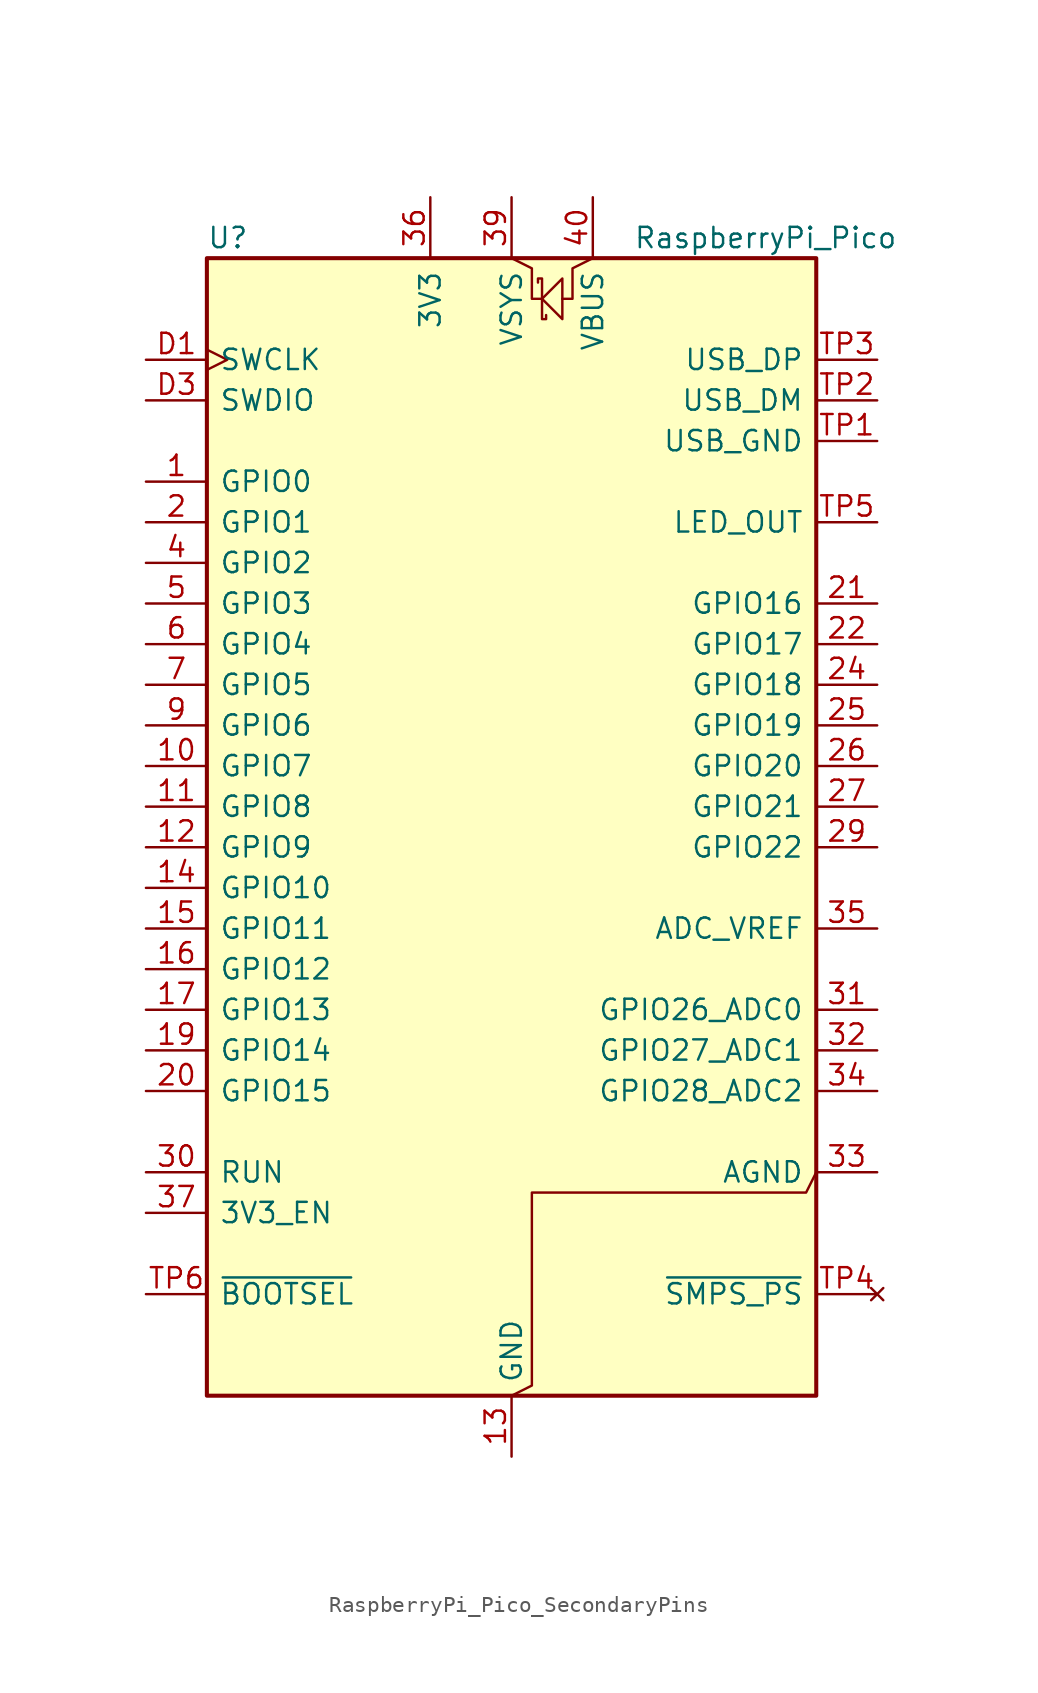
<source format=kicad_sym>
(kicad_symbol_lib
  (version 20220914)
  (generator kicad_symbol_editor)
  (symbol "RaspberryPi_Pico_SecondaryPins"
    (pin_names
      (offset 0.762))
    (property "Reference" "U"
      (at -19.05 38.1 0)
      (effects (font (size 1.27 1.27)) (justify left)))
    (property "Value" "RaspberryPi_Pico"
      (at 7.62 38.1 0)
      (effects (font (size 1.27 1.27)) (justify left)))
    (symbol "RaspberryPi_Pico_SecondaryPins_0_1"
      (rectangle (start -19.05 36.83) (end 19.05 -34.29) (stroke (width 0.254) (type default)) (fill (type background)))
      (polyline (pts (xy 0 36.83) (xy 1.27 36.195) (xy 1.27 34.29) (xy 1.905 34.29)) (stroke (width 0) (type default)) (fill (type none)))
      (polyline (pts (xy 1.905 34.29) (xy 3.175 35.56) (xy 3.175 33.02) (xy 1.905 34.29)) (stroke (width 0) (type default)) (fill (type none)))
      (polyline (pts (xy 5.08 36.83) (xy 3.81 36.195) (xy 3.81 34.29) (xy 3.175 34.29)) (stroke (width 0) (type default)) (fill (type none)))
      (polyline (pts (xy 0 -34.29) (xy 1.27 -33.655) (xy 1.27 -21.59) (xy 18.415 -21.59) (xy 19.05 -20.32)) (stroke (width 0) (type default)) (fill (type none)))
      (polyline (pts (xy 1.651 35.306) (xy 1.651 35.56) (xy 1.905 35.56) (xy 1.905 33.02) (xy 2.159 33.02) (xy 2.159 33.274)) (stroke (width 0) (type default)) (fill (type none))))
    (symbol "RaspberryPi_Pico_SecondaryPins_1_1"
      (pin bidirectional line (at -22.86 22.86 0) (length 3.81) (name "GPIO0" (effects (font (size 1.27 1.27)))) (number "1" (effects (font (size 1.27 1.27)))) (alternate "I2C0_SDA" bidirectional line) (alternate "PWM0_A" output line) (alternate "SPI0_RX" input line) (alternate "UART0_TX" output line) (alternate "USB_OVCUR_DET" input line))
      (pin bidirectional line (at -22.86 5.08 0) (length 3.81) (name "GPIO7" (effects (font (size 1.27 1.27)))) (number "10" (effects (font (size 1.27 1.27)))) (alternate "I2C1_SCL" bidirectional clock) (alternate "PWM3_B" bidirectional line) (alternate "SPI0_TX" output line) (alternate "UART1_RTS" output line) (alternate "USB_VBUS_DET" input line))
      (pin bidirectional line (at -22.86 2.54 0) (length 3.81) (name "GPIO8" (effects (font (size 1.27 1.27)))) (number "11" (effects (font (size 1.27 1.27)))) (alternate "I2C0_SDA" bidirectional line) (alternate "PWM4_A" output line) (alternate "SPI1_RX" input line) (alternate "UART1_TX" output line) (alternate "USB_VBUS_EN" output line))
      (pin bidirectional line (at -22.86 0 0) (length 3.81) (name "GPIO9" (effects (font (size 1.27 1.27)))) (number "12" (effects (font (size 1.27 1.27)))) (alternate "I2C0_SCL" bidirectional clock) (alternate "PWM4_B" bidirectional line) (alternate "UART1_RX" input line) (alternate "USB_OVCUR_DET" input line) (alternate "~{SPI1_CSn}" bidirectional line))
      (pin power_out line (at 0 -38.1 90) (length 3.81) (name "GND" (effects (font (size 1.27 1.27)))) (number "13" (effects (font (size 1.27 1.27)))) (alternate "GND_IN" power_in line))
      (pin bidirectional line (at -22.86 -2.54 0) (length 3.81) (name "GPIO10" (effects (font (size 1.27 1.27)))) (number "14" (effects (font (size 1.27 1.27)))) (alternate "I2C1_SDA" bidirectional line) (alternate "PWM5_A" output line) (alternate "SPI1_SCK" bidirectional clock) (alternate "UART1_CTS" input line) (alternate "USB_VBUS_DET" input line))
      (pin bidirectional line (at -22.86 -5.08 0) (length 3.81) (name "GPIO11" (effects (font (size 1.27 1.27)))) (number "15" (effects (font (size 1.27 1.27)))) (alternate "I2C1_SCL" bidirectional clock) (alternate "PWM5_B" bidirectional line) (alternate "SPI1_TX" output line) (alternate "UART1_RTS" output line) (alternate "USB_VBUS_EN" output line))
      (pin bidirectional line (at -22.86 -7.62 0) (length 3.81) (name "GPIO12" (effects (font (size 1.27 1.27)))) (number "16" (effects (font (size 1.27 1.27)))) (alternate "I2C0_SDA" bidirectional line) (alternate "PWM6_A" output line) (alternate "SPI1_RX" input line) (alternate "UART0_TX" output line) (alternate "USB_OVCUR_DET" input line))
      (pin bidirectional line (at -22.86 -10.16 0) (length 3.81) (name "GPIO13" (effects (font (size 1.27 1.27)))) (number "17" (effects (font (size 1.27 1.27)))) (alternate "I2C0_SCL" bidirectional clock) (alternate "PWM6_B" bidirectional line) (alternate "UART0_RX" input line) (alternate "USB_VBUS_DET" input line) (alternate "~{SPI1_CSn}" bidirectional line))
      (pin passive line (at 0 -38.1 90) (length 3.81) hide (name "GND" (effects (font (size 1.27 1.27)))) (number "18" (effects (font (size 1.27 1.27)))))
      (pin bidirectional line (at -22.86 -12.7 0) (length 3.81) (name "GPIO14" (effects (font (size 1.27 1.27)))) (number "19" (effects (font (size 1.27 1.27)))) (alternate "I2C1_SDA" bidirectional line) (alternate "PWM7_A" output line) (alternate "SPI1_SCK" bidirectional clock) (alternate "UART0_CTS" input line) (alternate "USB_VBUS_EN" output line))
      (pin bidirectional line (at -22.86 20.32 0) (length 3.81) (name "GPIO1" (effects (font (size 1.27 1.27)))) (number "2" (effects (font (size 1.27 1.27)))) (alternate "I2C0_SCL" bidirectional clock) (alternate "PWM0_B" bidirectional line) (alternate "UART0_RX" input line) (alternate "USB_VBUS_DET" passive line) (alternate "~{SPI0_CSn}" bidirectional line))
      (pin bidirectional line (at -22.86 -15.24 0) (length 3.81) (name "GPIO15" (effects (font (size 1.27 1.27)))) (number "20" (effects (font (size 1.27 1.27)))) (alternate "I2C1_SCL" bidirectional clock) (alternate "PWM7_B" bidirectional line) (alternate "SPI1_TX" output line) (alternate "UART0_RTS" output line) (alternate "USB_OVCUR_DET" input line))
      (pin bidirectional line (at 22.86 15.24 180) (length 3.81) (name "GPIO16" (effects (font (size 1.27 1.27)))) (number "21" (effects (font (size 1.27 1.27)))) (alternate "I2C0_SDA" bidirectional line) (alternate "PWM0_A" output line) (alternate "SPI0_RX" input line) (alternate "UART0_TX" output line) (alternate "USB_VBUS_DET" input line))
      (pin bidirectional line (at 22.86 12.7 180) (length 3.81) (name "GPIO17" (effects (font (size 1.27 1.27)))) (number "22" (effects (font (size 1.27 1.27)))) (alternate "I2C0_SCL" bidirectional clock) (alternate "PWM0_B" bidirectional line) (alternate "UART0_RX" input line) (alternate "USB_VBUS_EN" output line) (alternate "~{SPI0_CSn}" bidirectional line))
      (pin passive line (at 0 -38.1 90) (length 3.81) hide (name "GND" (effects (font (size 1.27 1.27)))) (number "23" (effects (font (size 1.27 1.27)))))
      (pin bidirectional line (at 22.86 10.16 180) (length 3.81) (name "GPIO18" (effects (font (size 1.27 1.27)))) (number "24" (effects (font (size 1.27 1.27)))) (alternate "I2C1_SDA" bidirectional line) (alternate "PWM1_A" output line) (alternate "SPI0_SCK" bidirectional clock) (alternate "UART0_CTS" input line) (alternate "USB_OVCUR_DET" input line))
      (pin bidirectional line (at 22.86 7.62 180) (length 3.81) (name "GPIO19" (effects (font (size 1.27 1.27)))) (number "25" (effects (font (size 1.27 1.27)))) (alternate "I2C1_SCL" bidirectional clock) (alternate "PWM1_B" bidirectional line) (alternate "SPI0_TX" output line) (alternate "UART0_RTS" output line) (alternate "USB_VBUS_DET" input line))
      (pin bidirectional line (at 22.86 5.08 180) (length 3.81) (name "GPIO20" (effects (font (size 1.27 1.27)))) (number "26" (effects (font (size 1.27 1.27)))) (alternate "CLOCK_GPIN0" input clock) (alternate "I2C0_SDA" bidirectional line) (alternate "PWM2_A" output line) (alternate "SPI0_RX" input line) (alternate "UART1_TX" output line) (alternate "USB_VBUS_EN" output line))
      (pin bidirectional line (at 22.86 2.54 180) (length 3.81) (name "GPIO21" (effects (font (size 1.27 1.27)))) (number "27" (effects (font (size 1.27 1.27)))) (alternate "CLOCK_GPOUT0" output clock) (alternate "I2C0_SCL" bidirectional clock) (alternate "PWM2_B" bidirectional line) (alternate "UART1_RX" input line) (alternate "USB_OVCUR_DET" input line) (alternate "~{SPI0_CSn}" bidirectional line))
      (pin passive line (at 0 -38.1 90) (length 3.81) hide (name "GND" (effects (font (size 1.27 1.27)))) (number "28" (effects (font (size 1.27 1.27)))))
      (pin bidirectional line (at 22.86 0 180) (length 3.81) (name "GPIO22" (effects (font (size 1.27 1.27)))) (number "29" (effects (font (size 1.27 1.27)))) (alternate "CLOCK_GPIN1" input clock) (alternate "I2C1_SDA" bidirectional line) (alternate "PWM3_A" output line) (alternate "SPI0_SCK" bidirectional clock) (alternate "UART1_CTS" input line) (alternate "USB_VBUS_DET" input line))
      (pin passive line (at 0 -38.1 90) (length 3.81) hide (name "GND" (effects (font (size 1.27 1.27)))) (number "3" (effects (font (size 1.27 1.27)))))
      (pin input line (at -22.86 -20.32 0) (length 3.81) (name "RUN" (effects (font (size 1.27 1.27)))) (number "30" (effects (font (size 1.27 1.27)))) (alternate "~{RESET}" input line))
      (pin bidirectional line (at 22.86 -10.16 180) (length 3.81) (name "GPIO26_ADC0" (effects (font (size 1.27 1.27)))) (number "31" (effects (font (size 1.27 1.27)))) (alternate "ADC0" input line) (alternate "GPIO26" bidirectional line) (alternate "I2C1_SDA" bidirectional line) (alternate "PWM5_A" output line) (alternate "SPI1_SCK" bidirectional clock) (alternate "UART1_CTS" input line) (alternate "USB_VBUS_EN" output line))
      (pin bidirectional line (at 22.86 -12.7 180) (length 3.81) (name "GPIO27_ADC1" (effects (font (size 1.27 1.27)))) (number "32" (effects (font (size 1.27 1.27)))) (alternate "ADC1" input line) (alternate "GPIO27" bidirectional line) (alternate "I2C1_SCL" bidirectional clock) (alternate "PWM5_B" bidirectional line) (alternate "SPI1_TX" output line) (alternate "UART1_RTS" output line) (alternate "USB_OVCUR_DET" input line))
      (pin power_out line (at 22.86 -20.32 180) (length 3.81) (name "AGND" (effects (font (size 1.27 1.27)))) (number "33" (effects (font (size 1.27 1.27)))) (alternate "AGND_IN" power_in line) (alternate "GND" power_out line) (alternate "GND_IN" power_in line))
      (pin bidirectional line (at 22.86 -15.24 180) (length 3.81) (name "GPIO28_ADC2" (effects (font (size 1.27 1.27)))) (number "34" (effects (font (size 1.27 1.27)))) (alternate "ADC2" input line) (alternate "GPIO28" bidirectional line) (alternate "I2C0_SDA" bidirectional line) (alternate "PWM6_A" output line) (alternate "SPI1_RX" input line) (alternate "UART0_TX" output line) (alternate "USB_VBUS_DET" input line))
      (pin input line (at 22.86 -5.08 180) (length 3.81) (name "ADC_VREF" (effects (font (size 1.27 1.27)))) (number "35" (effects (font (size 1.27 1.27)))) (alternate "ADC_VREF_POW" power_in line))
      (pin power_out line (at -5.08 40.64 270) (length 3.81) (name "3V3" (effects (font (size 1.27 1.27)))) (number "36" (effects (font (size 1.27 1.27)))))
      (pin input line (at -22.86 -22.86 0) (length 3.81) (name "3V3_EN" (effects (font (size 1.27 1.27)))) (number "37" (effects (font (size 1.27 1.27)))) (alternate "~{3V3_DISABLE}" input line))
      (pin passive line (at 0 -38.1 90) (length 3.81) hide (name "GND" (effects (font (size 1.27 1.27)))) (number "38" (effects (font (size 1.27 1.27)))))
      (pin power_in line (at 0 40.64 270) (length 3.81) (name "VSYS" (effects (font (size 1.27 1.27)))) (number "39" (effects (font (size 1.27 1.27)))) (alternate "VSYS_OUT" power_out line))
      (pin bidirectional line (at -22.86 17.78 0) (length 3.81) (name "GPIO2" (effects (font (size 1.27 1.27)))) (number "4" (effects (font (size 1.27 1.27)))) (alternate "I2C1_SDA" bidirectional line) (alternate "PWM1_A" output line) (alternate "SPI0_SCK" bidirectional clock) (alternate "UART0_CTS" input line) (alternate "USB_VBUS_DET" input line))
      (pin power_out line (at 5.08 40.64 270) (length 3.81) (name "VBUS" (effects (font (size 1.27 1.27)))) (number "40" (effects (font (size 1.27 1.27)))) (alternate "VBUS_HOST" power_in line))
      (pin bidirectional line (at -22.86 15.24 0) (length 3.81) (name "GPIO3" (effects (font (size 1.27 1.27)))) (number "5" (effects (font (size 1.27 1.27)))) (alternate "I2C1_SCL" bidirectional clock) (alternate "PWM1_B" bidirectional line) (alternate "SPI0_TX" output line) (alternate "UART0_RTS" output line) (alternate "USB_OVCUR_DET" input line))
      (pin bidirectional line (at -22.86 12.7 0) (length 3.81) (name "GPIO4" (effects (font (size 1.27 1.27)))) (number "6" (effects (font (size 1.27 1.27)))) (alternate "I2C0_SDA" bidirectional line) (alternate "PWM2_A" output line) (alternate "SPI0_RX" input line) (alternate "UART1_TX" output line) (alternate "USB_VBUS_DET" input line))
      (pin bidirectional line (at -22.86 10.16 0) (length 3.81) (name "GPIO5" (effects (font (size 1.27 1.27)))) (number "7" (effects (font (size 1.27 1.27)))) (alternate "I2C0_SCL" bidirectional clock) (alternate "PWM2_B" bidirectional line) (alternate "UART1_RX" input line) (alternate "USB_VBUS_EN" output line) (alternate "~{SPI0_CSn}" bidirectional line))
      (pin passive line (at 0 -38.1 90) (length 3.81) hide (name "GND" (effects (font (size 1.27 1.27)))) (number "8" (effects (font (size 1.27 1.27)))))
      (pin bidirectional line (at -22.86 7.62 0) (length 3.81) (name "GPIO6" (effects (font (size 1.27 1.27)))) (number "9" (effects (font (size 1.27 1.27)))) (alternate "I2C1_SDA" bidirectional line) (alternate "PWM3_A" output line) (alternate "SPI0_SCK" bidirectional clock) (alternate "UART1_CTS" input line) (alternate "USB_OVCUR_DET" input line))
      (pin input clock (at -22.86 30.48 0) (length 3.81) (name "SWCLK" (effects (font (size 1.27 1.27)))) (number "D1" (effects (font (size 1.27 1.27)))))
      (pin passive line (at 0 -38.1 90) (length 3.81) hide (name "GND" (effects (font (size 1.27 1.27)))) (number "D2" (effects (font (size 1.27 1.27)))))
      (pin bidirectional line (at -22.86 27.94 0) (length 3.81) (name "SWDIO" (effects (font (size 1.27 1.27)))) (number "D3" (effects (font (size 1.27 1.27)))))
      (pin power_out line (at 22.86 25.4 180) (length 3.81) (name "USB_GND" (effects (font (size 1.27 1.27)))) (number "TP1" (effects (font (size 1.27 1.27)))) (alternate "USB_HOST_GND" power_in line))
      (pin bidirectional line (at 22.86 27.94 180) (length 3.81) (name "USB_DM" (effects (font (size 1.27 1.27)))) (number "TP2" (effects (font (size 1.27 1.27)))))
      (pin bidirectional line (at 22.86 30.48 180) (length 3.81) (name "USB_DP" (effects (font (size 1.27 1.27)))) (number "TP3" (effects (font (size 1.27 1.27)))))
      (pin no_connect line (at 22.86 -27.94 180) (length 3.81) (name "~{SMPS_PS}" (effects (font (size 1.27 1.27)))) (number "TP4" (effects (font (size 1.27 1.27)))) (alternate "GPIO23_UNSAFE" output line) (alternate "~{SMPS_PS_UNSAFE}" output line))
      (pin output line (at 22.86 20.32 180) (length 3.81) (name "LED_OUT" (effects (font (size 1.27 1.27)))) (number "TP5" (effects (font (size 1.27 1.27)))))
      (pin input line (at -22.86 -27.94 0) (length 3.81) (name "~{BOOTSEL}" (effects (font (size 1.27 1.27)))) (number "TP6" (effects (font (size 1.27 1.27))))))))
</source>
